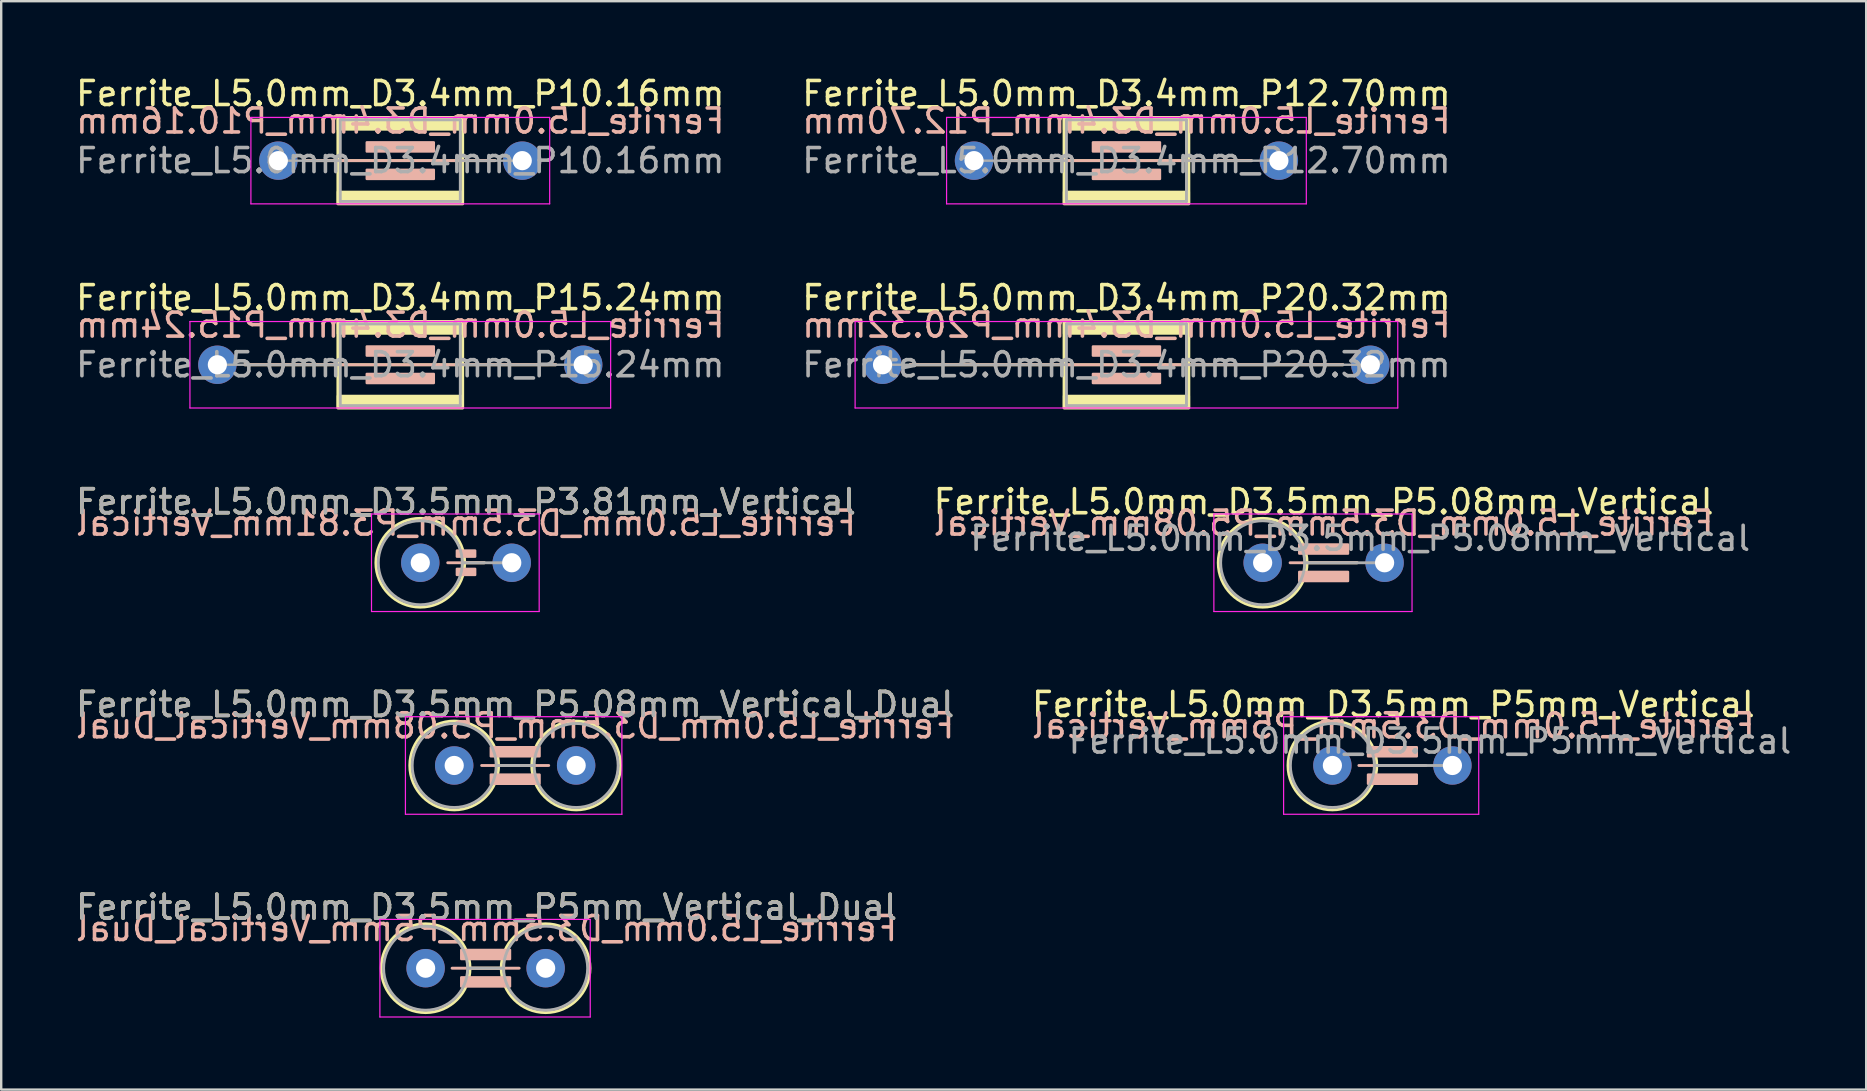
<source format=kicad_pcb>
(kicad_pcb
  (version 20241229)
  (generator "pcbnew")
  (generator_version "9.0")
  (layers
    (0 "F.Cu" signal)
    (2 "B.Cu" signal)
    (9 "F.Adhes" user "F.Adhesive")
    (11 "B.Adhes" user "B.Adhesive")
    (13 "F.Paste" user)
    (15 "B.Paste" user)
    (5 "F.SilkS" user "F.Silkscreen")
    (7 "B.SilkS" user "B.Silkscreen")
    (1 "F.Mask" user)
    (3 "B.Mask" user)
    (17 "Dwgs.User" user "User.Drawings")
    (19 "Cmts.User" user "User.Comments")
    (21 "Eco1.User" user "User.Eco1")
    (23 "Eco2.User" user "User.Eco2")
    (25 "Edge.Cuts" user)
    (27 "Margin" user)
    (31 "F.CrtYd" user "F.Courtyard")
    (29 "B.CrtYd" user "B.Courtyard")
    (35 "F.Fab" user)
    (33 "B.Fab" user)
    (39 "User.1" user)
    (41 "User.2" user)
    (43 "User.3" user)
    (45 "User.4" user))
  (footprint "Ferrite_L5.0mm_D3.4mm_P20.32mm"
    (layer "F.Cu")
    (at 33.715 12.145)
    (property "Reference" "Ferrite_L5.0mm_D3.4mm_P20.32mm" (at 10.16 -2.794 0) (layer "F.SilkS") (effects (font (size 1 1) (thickness 0.15))))
    (fp_line (start 11.774 0.000002) (end 1.143 0) (stroke (width 0.12) (type solid)) (layer "F.SilkS"))
    (fp_line (start 11.774 0.000002) (end 19.177 0) (stroke (width 0.12) (type solid)) (layer "F.SilkS"))
    (fp_rect (start 7.56 -1.8) (end 12.76 1.8) (stroke (width 0.12) (type solid)) (fill no) (layer "F.SilkS"))
    (fp_poly (pts (xy 7.56 1.3) (xy 12.76 1.3) (xy 12.76 1.8) (xy 7.56 1.8)) (stroke (width 0.1) (type solid)) (fill yes) (layer "F.SilkS"))
    (fp_poly (pts (xy 12.76 -1.3) (xy 7.56 -1.3) (xy 7.56 -1.8) (xy 12.76 -1.8)) (stroke (width 0.1) (type solid)) (fill yes) (layer "F.SilkS"))
    (fp_line (start 1.143 0) (end 19.177 0) (stroke (width 0.12) (type solid)) (layer "B.SilkS"))
    (fp_rect (start 8.763 -0.762) (end 11.557 -0.381) (stroke (width 0.1) (type solid)) (fill yes) (layer "B.SilkS"))
    (fp_rect (start 8.763 0.381) (end 11.557 0.762) (stroke (width 0.1) (type solid)) (fill yes) (layer "B.SilkS"))
    (fp_line (start -1.143 -1.8) (end 21.463 -1.8) (stroke (width 0.05) (type solid)) (layer "F.CrtYd"))
    (fp_line (start -1.143 1.8) (end -1.143 -1.8) (stroke (width 0.05) (type solid)) (layer "F.CrtYd"))
    (fp_line (start 21.463 -1.8) (end 21.463 1.8) (stroke (width 0.05) (type solid)) (layer "F.CrtYd"))
    (fp_line (start 21.463 1.8) (end -1.143 1.8) (stroke (width 0.05) (type solid)) (layer "F.CrtYd"))
    (fp_line (start 0 0) (end 7.66 0) (stroke (width 0.1) (type solid)) (layer "F.Fab"))
    (fp_line (start 7.66 -1.7) (end 12.66 -1.7) (stroke (width 0.12) (type solid)) (layer "F.Fab"))
    (fp_line (start 7.66 1.7) (end 7.66 -1.7) (stroke (width 0.12) (type solid)) (layer "F.Fab"))
    (fp_line (start 12.66 -1.7) (end 12.66 1.7) (stroke (width 0.12) (type solid)) (layer "F.Fab"))
    (fp_line (start 12.66 1.7) (end 7.66 1.7) (stroke (width 0.12) (type solid)) (layer "F.Fab"))
    (fp_line (start 20.32 0) (end 12.66 0) (stroke (width 0.1) (type solid)) (layer "F.Fab"))
    (fp_text user "${REFERENCE}" (at 10.16 -1.651 0) (layer "B.SilkS") (effects (font (size 1 1) (thickness 0.15)) (justify mirror)))
    (fp_text user "${REFERENCE}" (at 10.16 0 0) (layer "F.Fab") (effects (font (size 1 1) (thickness 0.15))))
    (pad "1" thru_hole circle (at 0 0) (size 1.6 1.6) (drill 0.8) (layers "*.Cu" "*.Mask"))
    (pad "2" thru_hole circle (at 20.32 0) (size 1.6 1.6) (drill 0.8) (layers "*.Cu" "*.Mask")))
  (footprint "Ferrite_L5.0mm_D3.5mm_P5mm_Vertical_Dual"
    (layer "F.Cu")
    (at 14.68 37.283)
    (property "Reference" "Ferrite_L5.0mm_D3.5mm_P5mm_Vertical_Dual" (at 2.54 -2.54 0) (layer "F.SilkS") (effects (font (size 1 1) (thickness 0.15))))
    (fp_line (start 1.85 0) (end 3.15 0) (stroke (width 0.12) (type solid)) (layer "F.SilkS"))
    (fp_circle (center 0 0) (end 0 -1.85) (stroke (width 0.12) (type solid)) (fill no) (layer "F.SilkS"))
    (fp_circle (center 5 0) (end 5 -1.85) (stroke (width 0.12) (type solid)) (fill no) (layer "F.SilkS"))
    (fp_line (start 3.897 0) (end 1.103 0) (stroke (width 0.12) (type solid)) (layer "B.SilkS"))
    (fp_rect (start 1.484 -0.762) (end 3.516 -0.381) (stroke (width 0.1) (type solid)) (fill yes) (layer "B.SilkS"))
    (fp_rect (start 1.484 0.381) (end 3.516 0.762) (stroke (width 0.1) (type solid)) (fill yes) (layer "B.SilkS"))
    (fp_line (start -1.905 -2.032) (end 6.858 -2.032) (stroke (width 0.05) (type solid)) (layer "F.CrtYd"))
    (fp_line (start -1.905 2.032) (end -1.905 -2.032) (stroke (width 0.05) (type solid)) (layer "F.CrtYd"))
    (fp_line (start 6.858 -2.032) (end 6.858 2.032) (stroke (width 0.05) (type solid)) (layer "F.CrtYd"))
    (fp_line (start 6.858 2.032) (end -1.905 2.032) (stroke (width 0.05) (type solid)) (layer "F.CrtYd"))
    (fp_line (start 1.75 0) (end 3.25 0) (stroke (width 0.12) (type solid)) (layer "F.Fab"))
    (fp_circle (center 0 0) (end 0 -1.75) (stroke (width 0.12) (type solid)) (fill no) (layer "F.Fab"))
    (fp_circle (center 5 0) (end 5 -1.75) (stroke (width 0.12) (type solid)) (fill no) (layer "F.Fab"))
    (fp_text user "${REFERENCE}" (at 2.54 -1.651 0) (layer "B.SilkS") (effects (font (size 1 1) (thickness 0.15)) (justify mirror)))
    (fp_text user "${REFERENCE}" (at 2.54 -2.539 0) (layer "F.Fab") (effects (font (size 1 1) (thickness 0.15))))
    (pad "1" thru_hole circle (at 0 0) (size 1.6 1.6) (drill 0.8) (layers "*.Cu" "*.Mask"))
    (pad "2" thru_hole circle (at 5 0) (size 1.6 1.6) (drill 0.8) (layers "*.Cu" "*.Mask")))
  (footprint "Ferrite_L5.0mm_D3.4mm_P15.24mm"
    (layer "F.Cu")
    (at 6.005 12.145)
    (property "Reference" "Ferrite_L5.0mm_D3.4mm_P15.24mm" (at 7.62 -2.794 0) (layer "F.SilkS") (effects (font (size 1 1) (thickness 0.15))))
    (fp_line (start 9.234 0.000002) (end 1.143 0) (stroke (width 0.12) (type solid)) (layer "F.SilkS"))
    (fp_line (start 9.234 0.000002) (end 14.097 0) (stroke (width 0.12) (type solid)) (layer "F.SilkS"))
    (fp_rect (start 5.02 -1.8) (end 10.22 1.8) (stroke (width 0.12) (type solid)) (fill no) (layer "F.SilkS"))
    (fp_poly (pts (xy 5.02 1.3) (xy 10.22 1.3) (xy 10.22 1.8) (xy 5.02 1.8)) (stroke (width 0.1) (type solid)) (fill yes) (layer "F.SilkS"))
    (fp_poly (pts (xy 10.22 -1.3) (xy 5.02 -1.3) (xy 5.02 -1.8) (xy 10.22 -1.8)) (stroke (width 0.1) (type solid)) (fill yes) (layer "F.SilkS"))
    (fp_line (start 1.143 0) (end 14.097 0) (stroke (width 0.12) (type solid)) (layer "B.SilkS"))
    (fp_rect (start 6.223 -0.762) (end 9.017 -0.381) (stroke (width 0.1) (type solid)) (fill yes) (layer "B.SilkS"))
    (fp_rect (start 6.223 0.381) (end 9.017 0.762) (stroke (width 0.1) (type solid)) (fill yes) (layer "B.SilkS"))
    (fp_line (start -1.143 -1.8) (end 16.383 -1.8) (stroke (width 0.05) (type solid)) (layer "F.CrtYd"))
    (fp_line (start -1.143 1.8) (end -1.143 -1.8) (stroke (width 0.05) (type solid)) (layer "F.CrtYd"))
    (fp_line (start 16.383 -1.8) (end 16.383 1.8) (stroke (width 0.05) (type solid)) (layer "F.CrtYd"))
    (fp_line (start 16.383 1.8) (end -1.143 1.8) (stroke (width 0.05) (type solid)) (layer "F.CrtYd"))
    (fp_line (start 0 0) (end 5.12 0) (stroke (width 0.1) (type solid)) (layer "F.Fab"))
    (fp_line (start 5.12 -1.7) (end 10.12 -1.7) (stroke (width 0.12) (type solid)) (layer "F.Fab"))
    (fp_line (start 5.12 1.7) (end 5.12 -1.7) (stroke (width 0.12) (type solid)) (layer "F.Fab"))
    (fp_line (start 10.12 -1.7) (end 10.12 1.7) (stroke (width 0.12) (type solid)) (layer "F.Fab"))
    (fp_line (start 10.12 1.7) (end 5.12 1.7) (stroke (width 0.12) (type solid)) (layer "F.Fab"))
    (fp_line (start 15.24 0) (end 10.12 0) (stroke (width 0.1) (type solid)) (layer "F.Fab"))
    (fp_text user "${REFERENCE}" (at 7.62 -1.651 0) (layer "B.SilkS") (effects (font (size 1 1) (thickness 0.15)) (justify mirror)))
    (fp_text user "${REFERENCE}" (at 7.62 0 0) (layer "F.Fab") (effects (font (size 1 1) (thickness 0.15))))
    (pad "1" thru_hole circle (at 0 0) (size 1.6 1.6) (drill 0.8) (layers "*.Cu" "*.Mask"))
    (pad "2" thru_hole circle (at 15.24 0) (size 1.6 1.6) (drill 0.8) (layers "*.Cu" "*.Mask")))
  (footprint "Ferrite_L5.0mm_D3.5mm_P5mm_Vertical"
    (layer "F.Cu")
    (at 52.454 28.838)
    (property "Reference" "Ferrite_L5.0mm_D3.5mm_P5mm_Vertical" (at 2.54 -2.54 0) (layer "F.SilkS") (effects (font (size 1 1) (thickness 0.15))))
    (fp_line (start 1.85 0) (end 3.81 0) (stroke (width 0.12) (type solid)) (layer "F.SilkS"))
    (fp_circle (center 0 0) (end 0 -1.85) (stroke (width 0.12) (type solid)) (fill no) (layer "F.SilkS"))
    (fp_line (start 3.897 0) (end 1.103 0) (stroke (width 0.12) (type solid)) (layer "B.SilkS"))
    (fp_rect (start 1.484 -0.762) (end 3.516 -0.381) (stroke (width 0.1) (type solid)) (fill yes) (layer "B.SilkS"))
    (fp_rect (start 1.484 0.381) (end 3.516 0.762) (stroke (width 0.1) (type solid)) (fill yes) (layer "B.SilkS"))
    (fp_line (start -2.032 -2.032) (end 6.096 -2.032) (stroke (width 0.05) (type solid)) (layer "F.CrtYd"))
    (fp_line (start -2.032 2.032) (end -2.032 -2.032) (stroke (width 0.05) (type solid)) (layer "F.CrtYd"))
    (fp_line (start 6.096 -2.032) (end 6.096 2.032) (stroke (width 0.05) (type solid)) (layer "F.CrtYd"))
    (fp_line (start 6.096 2.032) (end -2.032 2.032) (stroke (width 0.05) (type solid)) (layer "F.CrtYd"))
    (fp_line (start 1.75 0) (end 5 0) (stroke (width 0.12) (type solid)) (layer "F.Fab"))
    (fp_circle (center 0 0) (end 0 -1.75) (stroke (width 0.12) (type solid)) (fill no) (layer "F.Fab"))
    (fp_text user "${REFERENCE}" (at 2.54 -1.651 0) (layer "B.SilkS") (effects (font (size 1 1) (thickness 0.15)) (justify mirror)))
    (fp_text user "${REFERENCE}" (at 4.064 -1.016 0) (layer "F.Fab") (effects (font (size 1 1) (thickness 0.15))))
    (pad "1" thru_hole circle (at 0 0) (size 1.6 1.6) (drill 0.8) (layers "*.Cu" "*.Mask"))
    (pad "2" thru_hole circle (at 5 0) (size 1.6 1.6) (drill 0.8) (layers "*.Cu" "*.Mask")))
  (footprint "Ferrite_L5.0mm_D3.4mm_P12.70mm"
    (layer "F.Cu")
    (at 37.525 3.642)
    (property "Reference" "Ferrite_L5.0mm_D3.4mm_P12.70mm" (at 6.35 -2.794 0) (layer "F.SilkS") (effects (font (size 1 1) (thickness 0.15))))
    (fp_line (start 7.964 0.000002) (end 1.143 0) (stroke (width 0.12) (type solid)) (layer "F.SilkS"))
    (fp_line (start 7.964 0.000002) (end 11.557 0) (stroke (width 0.12) (type solid)) (layer "F.SilkS"))
    (fp_rect (start 3.75 -1.8) (end 8.95 1.8) (stroke (width 0.12) (type solid)) (fill no) (layer "F.SilkS"))
    (fp_poly (pts (xy 3.75 1.3) (xy 8.95 1.3) (xy 8.95 1.8) (xy 3.75 1.8)) (stroke (width 0.1) (type solid)) (fill yes) (layer "F.SilkS"))
    (fp_poly (pts (xy 8.95 -1.3) (xy 3.75 -1.3) (xy 3.75 -1.8) (xy 8.95 -1.8)) (stroke (width 0.1) (type solid)) (fill yes) (layer "F.SilkS"))
    (fp_line (start 1.143 0) (end 11.557 0) (stroke (width 0.12) (type solid)) (layer "B.SilkS"))
    (fp_rect (start 4.953 -0.762) (end 7.747 -0.381) (stroke (width 0.1) (type solid)) (fill yes) (layer "B.SilkS"))
    (fp_rect (start 4.953 0.381) (end 7.747 0.762) (stroke (width 0.1) (type solid)) (fill yes) (layer "B.SilkS"))
    (fp_line (start -1.143 -1.8) (end 13.843 -1.8) (stroke (width 0.05) (type solid)) (layer "F.CrtYd"))
    (fp_line (start -1.143 1.8) (end -1.143 -1.8) (stroke (width 0.05) (type solid)) (layer "F.CrtYd"))
    (fp_line (start 13.843 -1.8) (end 13.843 1.8) (stroke (width 0.05) (type solid)) (layer "F.CrtYd"))
    (fp_line (start 13.843 1.8) (end -1.143 1.8) (stroke (width 0.05) (type solid)) (layer "F.CrtYd"))
    (fp_line (start 0 0) (end 3.85 0) (stroke (width 0.1) (type solid)) (layer "F.Fab"))
    (fp_line (start 3.85 -1.7) (end 8.85 -1.7) (stroke (width 0.12) (type solid)) (layer "F.Fab"))
    (fp_line (start 3.85 1.7) (end 3.85 -1.7) (stroke (width 0.12) (type solid)) (layer "F.Fab"))
    (fp_line (start 8.85 -1.7) (end 8.85 1.7) (stroke (width 0.12) (type solid)) (layer "F.Fab"))
    (fp_line (start 8.85 1.7) (end 3.85 1.7) (stroke (width 0.12) (type solid)) (layer "F.Fab"))
    (fp_line (start 12.7 0) (end 8.85 0) (stroke (width 0.1) (type solid)) (layer "F.Fab"))
    (fp_text user "${REFERENCE}" (at 6.35 -1.651 0) (layer "B.SilkS") (effects (font (size 1 1) (thickness 0.15)) (justify mirror)))
    (fp_text user "${REFERENCE}" (at 6.35 0 0) (layer "F.Fab") (effects (font (size 1 1) (thickness 0.15))))
    (pad "1" thru_hole circle (at 0 0) (size 1.6 1.6) (drill 0.8) (layers "*.Cu" "*.Mask"))
    (pad "2" thru_hole circle (at 12.7 0) (size 1.6 1.6) (drill 0.8) (layers "*.Cu" "*.Mask")))
  (footprint "Ferrite_L5.0mm_D3.4mm_P10.16mm"
    (layer "F.Cu")
    (at 8.545 3.642)
    (property "Reference" "Ferrite_L5.0mm_D3.4mm_P10.16mm" (at 5.08 -2.794 0) (layer "F.SilkS") (effects (font (size 1 1) (thickness 0.15))))
    (fp_line (start 6.694 0.000002) (end 1.143 0) (stroke (width 0.12) (type solid)) (layer "F.SilkS"))
    (fp_line (start 6.694 0.000002) (end 9.017 0) (stroke (width 0.12) (type solid)) (layer "F.SilkS"))
    (fp_rect (start 2.48 -1.8) (end 7.68 1.8) (stroke (width 0.12) (type solid)) (fill no) (layer "F.SilkS"))
    (fp_poly (pts (xy 2.48 1.3) (xy 7.68 1.3) (xy 7.68 1.8) (xy 2.48 1.8)) (stroke (width 0.1) (type solid)) (fill yes) (layer "F.SilkS"))
    (fp_poly (pts (xy 7.68 -1.3) (xy 2.48 -1.3) (xy 2.48 -1.8) (xy 7.68 -1.8)) (stroke (width 0.1) (type solid)) (fill yes) (layer "F.SilkS"))
    (fp_line (start 1.143 0) (end 9.017 0) (stroke (width 0.12) (type solid)) (layer "B.SilkS"))
    (fp_rect (start 3.683 -0.762) (end 6.477 -0.381) (stroke (width 0.1) (type solid)) (fill yes) (layer "B.SilkS"))
    (fp_rect (start 3.683 0.381) (end 6.477 0.762) (stroke (width 0.1) (type solid)) (fill yes) (layer "B.SilkS"))
    (fp_line (start -1.143 -1.8) (end 11.303 -1.8) (stroke (width 0.05) (type solid)) (layer "F.CrtYd"))
    (fp_line (start -1.143 1.8) (end -1.143 -1.8) (stroke (width 0.05) (type solid)) (layer "F.CrtYd"))
    (fp_line (start 11.303 -1.8) (end 11.303 1.8) (stroke (width 0.05) (type solid)) (layer "F.CrtYd"))
    (fp_line (start 11.303 1.8) (end -1.143 1.8) (stroke (width 0.05) (type solid)) (layer "F.CrtYd"))
    (fp_line (start 0 0) (end 2.58 0) (stroke (width 0.1) (type solid)) (layer "F.Fab"))
    (fp_line (start 2.58 -1.7) (end 7.58 -1.7) (stroke (width 0.12) (type solid)) (layer "F.Fab"))
    (fp_line (start 2.58 1.7) (end 2.58 -1.7) (stroke (width 0.12) (type solid)) (layer "F.Fab"))
    (fp_line (start 7.58 -1.7) (end 7.58 1.7) (stroke (width 0.12) (type solid)) (layer "F.Fab"))
    (fp_line (start 7.58 1.7) (end 2.58 1.7) (stroke (width 0.12) (type solid)) (layer "F.Fab"))
    (fp_line (start 10.16 0) (end 7.58 0) (stroke (width 0.1) (type solid)) (layer "F.Fab"))
    (fp_text user "${REFERENCE}" (at 5.08 -1.651 0) (layer "B.SilkS") (effects (font (size 1 1) (thickness 0.15)) (justify mirror)))
    (fp_text user "${REFERENCE}" (at 5.08 0 0) (layer "F.Fab") (effects (font (size 1 1) (thickness 0.15))))
    (pad "1" thru_hole circle (at 0 0) (size 1.6 1.6) (drill 0.8) (layers "*.Cu" "*.Mask"))
    (pad "2" thru_hole circle (at 10.16 0) (size 1.6 1.6) (drill 0.8) (layers "*.Cu" "*.Mask")))
  (footprint "Ferrite_L5.0mm_D3.5mm_P3.81mm_Vertical"
    (layer "F.Cu")
    (at 14.458 20.393)
    (property "Reference" "Ferrite_L5.0mm_D3.5mm_P3.81mm_Vertical" (at 1.905 -2.54 0) (layer "F.SilkS") (effects (font (size 1 1) (thickness 0.15))))
    (fp_line (start 1.85 0) (end 2.667 0) (stroke (width 0.12) (type solid)) (layer "F.SilkS"))
    (fp_circle (center 0 0) (end 0 -1.85) (stroke (width 0.12) (type solid)) (fill no) (layer "F.SilkS"))
    (fp_line (start 2.667 0) (end 1.143 0) (stroke (width 0.12) (type solid)) (layer "B.SilkS"))
    (fp_rect (start 1.524 -0.508) (end 2.286 -0.254) (stroke (width 0.1) (type solid)) (fill yes) (layer "B.SilkS"))
    (fp_rect (start 1.524 0.254) (end 2.286 0.508) (stroke (width 0.1) (type solid)) (fill yes) (layer "B.SilkS"))
    (fp_line (start -2.032 -2.032) (end 4.953 -2.032) (stroke (width 0.05) (type solid)) (layer "F.CrtYd"))
    (fp_line (start -2.032 2.032) (end -2.032 -2.032) (stroke (width 0.05) (type solid)) (layer "F.CrtYd"))
    (fp_line (start 4.953 -2.032) (end 4.953 2.032) (stroke (width 0.05) (type solid)) (layer "F.CrtYd"))
    (fp_line (start 4.953 2.032) (end -2.032 2.032) (stroke (width 0.05) (type solid)) (layer "F.CrtYd"))
    (fp_line (start 1.75 0) (end 3.81 0) (stroke (width 0.12) (type solid)) (layer "F.Fab"))
    (fp_circle (center 0 0) (end 0 -1.75) (stroke (width 0.12) (type solid)) (fill no) (layer "F.Fab"))
    (fp_text user "${REFERENCE}" (at 1.905 -1.651 0) (layer "B.SilkS") (effects (font (size 1 1) (thickness 0.15)) (justify mirror)))
    (fp_text user "${REFERENCE}" (at 1.905 -2.539 0) (layer "F.Fab") (effects (font (size 1 1) (thickness 0.15))))
    (pad "1" thru_hole circle (at 0 0) (size 1.6 1.6) (drill 0.8) (layers "*.Cu" "*.Mask"))
    (pad "2" thru_hole circle (at 3.81 0) (size 1.6 1.6) (drill 0.8) (layers "*.Cu" "*.Mask")))
  (footprint "Ferrite_L5.0mm_D3.5mm_P5.08mm_Vertical"
    (layer "F.Cu")
    (at 49.549 20.393)
    (property "Reference" "Ferrite_L5.0mm_D3.5mm_P5.08mm_Vertical" (at 2.54 -2.54 0) (layer "F.SilkS") (effects (font (size 1 1) (thickness 0.15))))
    (fp_line (start 1.85 0) (end 3.937 0) (stroke (width 0.12) (type solid)) (layer "F.SilkS"))
    (fp_circle (center 0 0) (end 0 -1.85) (stroke (width 0.12) (type solid)) (fill no) (layer "F.SilkS"))
    (fp_line (start 3.937 0) (end 1.143 0) (stroke (width 0.12) (type solid)) (layer "B.SilkS"))
    (fp_rect (start 1.524 -0.762) (end 3.556 -0.381) (stroke (width 0.1) (type solid)) (fill yes) (layer "B.SilkS"))
    (fp_rect (start 1.524 0.381) (end 3.556 0.762) (stroke (width 0.1) (type solid)) (fill yes) (layer "B.SilkS"))
    (fp_line (start -2.032 -2.032) (end 6.223 -2.032) (stroke (width 0.05) (type solid)) (layer "F.CrtYd"))
    (fp_line (start -2.032 2.032) (end -2.032 -2.032) (stroke (width 0.05) (type solid)) (layer "F.CrtYd"))
    (fp_line (start 6.223 -2.032) (end 6.223 2.032) (stroke (width 0.05) (type solid)) (layer "F.CrtYd"))
    (fp_line (start 6.223 2.032) (end -2.032 2.032) (stroke (width 0.05) (type solid)) (layer "F.CrtYd"))
    (fp_line (start 1.75 0) (end 5.08 0) (stroke (width 0.12) (type solid)) (layer "F.Fab"))
    (fp_circle (center 0 0) (end 0 -1.75) (stroke (width 0.12) (type solid)) (fill no) (layer "F.Fab"))
    (fp_text user "${REFERENCE}" (at 2.54 -1.651 0) (layer "B.SilkS") (effects (font (size 1 1) (thickness 0.15)) (justify mirror)))
    (fp_text user "${REFERENCE}" (at 4.064 -1.016 0) (layer "F.Fab") (effects (font (size 1 1) (thickness 0.15))))
    (pad "1" thru_hole circle (at 0 0) (size 1.6 1.6) (drill 0.8) (layers "*.Cu" "*.Mask"))
    (pad "2" thru_hole circle (at 5.08 0) (size 1.6 1.6) (drill 0.8) (layers "*.Cu" "*.Mask")))
  (footprint "Ferrite_L5.0mm_D3.5mm_P5.08mm_Vertical_Dual"
    (layer "F.Cu")
    (at 15.871 28.838)
    (property "Reference" "Ferrite_L5.0mm_D3.5mm_P5.08mm_Vertical_Dual" (at 2.54 -2.54 0) (layer "F.SilkS") (effects (font (size 1 1) (thickness 0.15))))
    (fp_line (start 1.85 0) (end 3.23 0) (stroke (width 0.12) (type solid)) (layer "F.SilkS"))
    (fp_circle (center 0 0) (end 0 -1.85) (stroke (width 0.12) (type solid)) (fill no) (layer "F.SilkS"))
    (fp_circle (center 5.08 0) (end 5.08 -1.85) (stroke (width 0.12) (type solid)) (fill no) (layer "F.SilkS"))
    (fp_line (start 3.937 0) (end 1.143 0) (stroke (width 0.12) (type solid)) (layer "B.SilkS"))
    (fp_rect (start 1.524 -0.762) (end 3.556 -0.381) (stroke (width 0.1) (type solid)) (fill yes) (layer "B.SilkS"))
    (fp_rect (start 1.524 0.381) (end 3.556 0.762) (stroke (width 0.1) (type solid)) (fill yes) (layer "B.SilkS"))
    (fp_line (start -2.032 -2.032) (end 6.985 -2.032) (stroke (width 0.05) (type solid)) (layer "F.CrtYd"))
    (fp_line (start -2.032 2.032) (end -2.032 -2.032) (stroke (width 0.05) (type solid)) (layer "F.CrtYd"))
    (fp_line (start 6.985 -2.032) (end 6.985 2.032) (stroke (width 0.05) (type solid)) (layer "F.CrtYd"))
    (fp_line (start 6.985 2.032) (end -2.032 2.032) (stroke (width 0.05) (type solid)) (layer "F.CrtYd"))
    (fp_line (start 1.75 0) (end 3.33 0) (stroke (width 0.12) (type solid)) (layer "F.Fab"))
    (fp_circle (center 0 0) (end 0 -1.75) (stroke (width 0.12) (type solid)) (fill no) (layer "F.Fab"))
    (fp_circle (center 5.08 0) (end 5.08 -1.75) (stroke (width 0.12) (type solid)) (fill no) (layer "F.Fab"))
    (fp_text user "${REFERENCE}" (at 2.54 -1.651 0) (layer "B.SilkS") (effects (font (size 1 1) (thickness 0.15)) (justify mirror)))
    (fp_text user "${REFERENCE}" (at 2.54 -2.539 0) (layer "F.Fab") (effects (font (size 1 1) (thickness 0.15))))
    (pad "1" thru_hole circle (at 0 0) (size 1.6 1.6) (drill 0.8) (layers "*.Cu" "*.Mask"))
    (pad "2" thru_hole circle (at 5.08 0) (size 1.6 1.6) (drill 0.8) (layers "*.Cu" "*.Mask")))
  (gr_rect
    (start -3 -3)
    (end 74.691 42.34)
    (stroke (width 0.1) (type default))
    (fill no)
    (layer "Edge.Cuts")))
</source>
